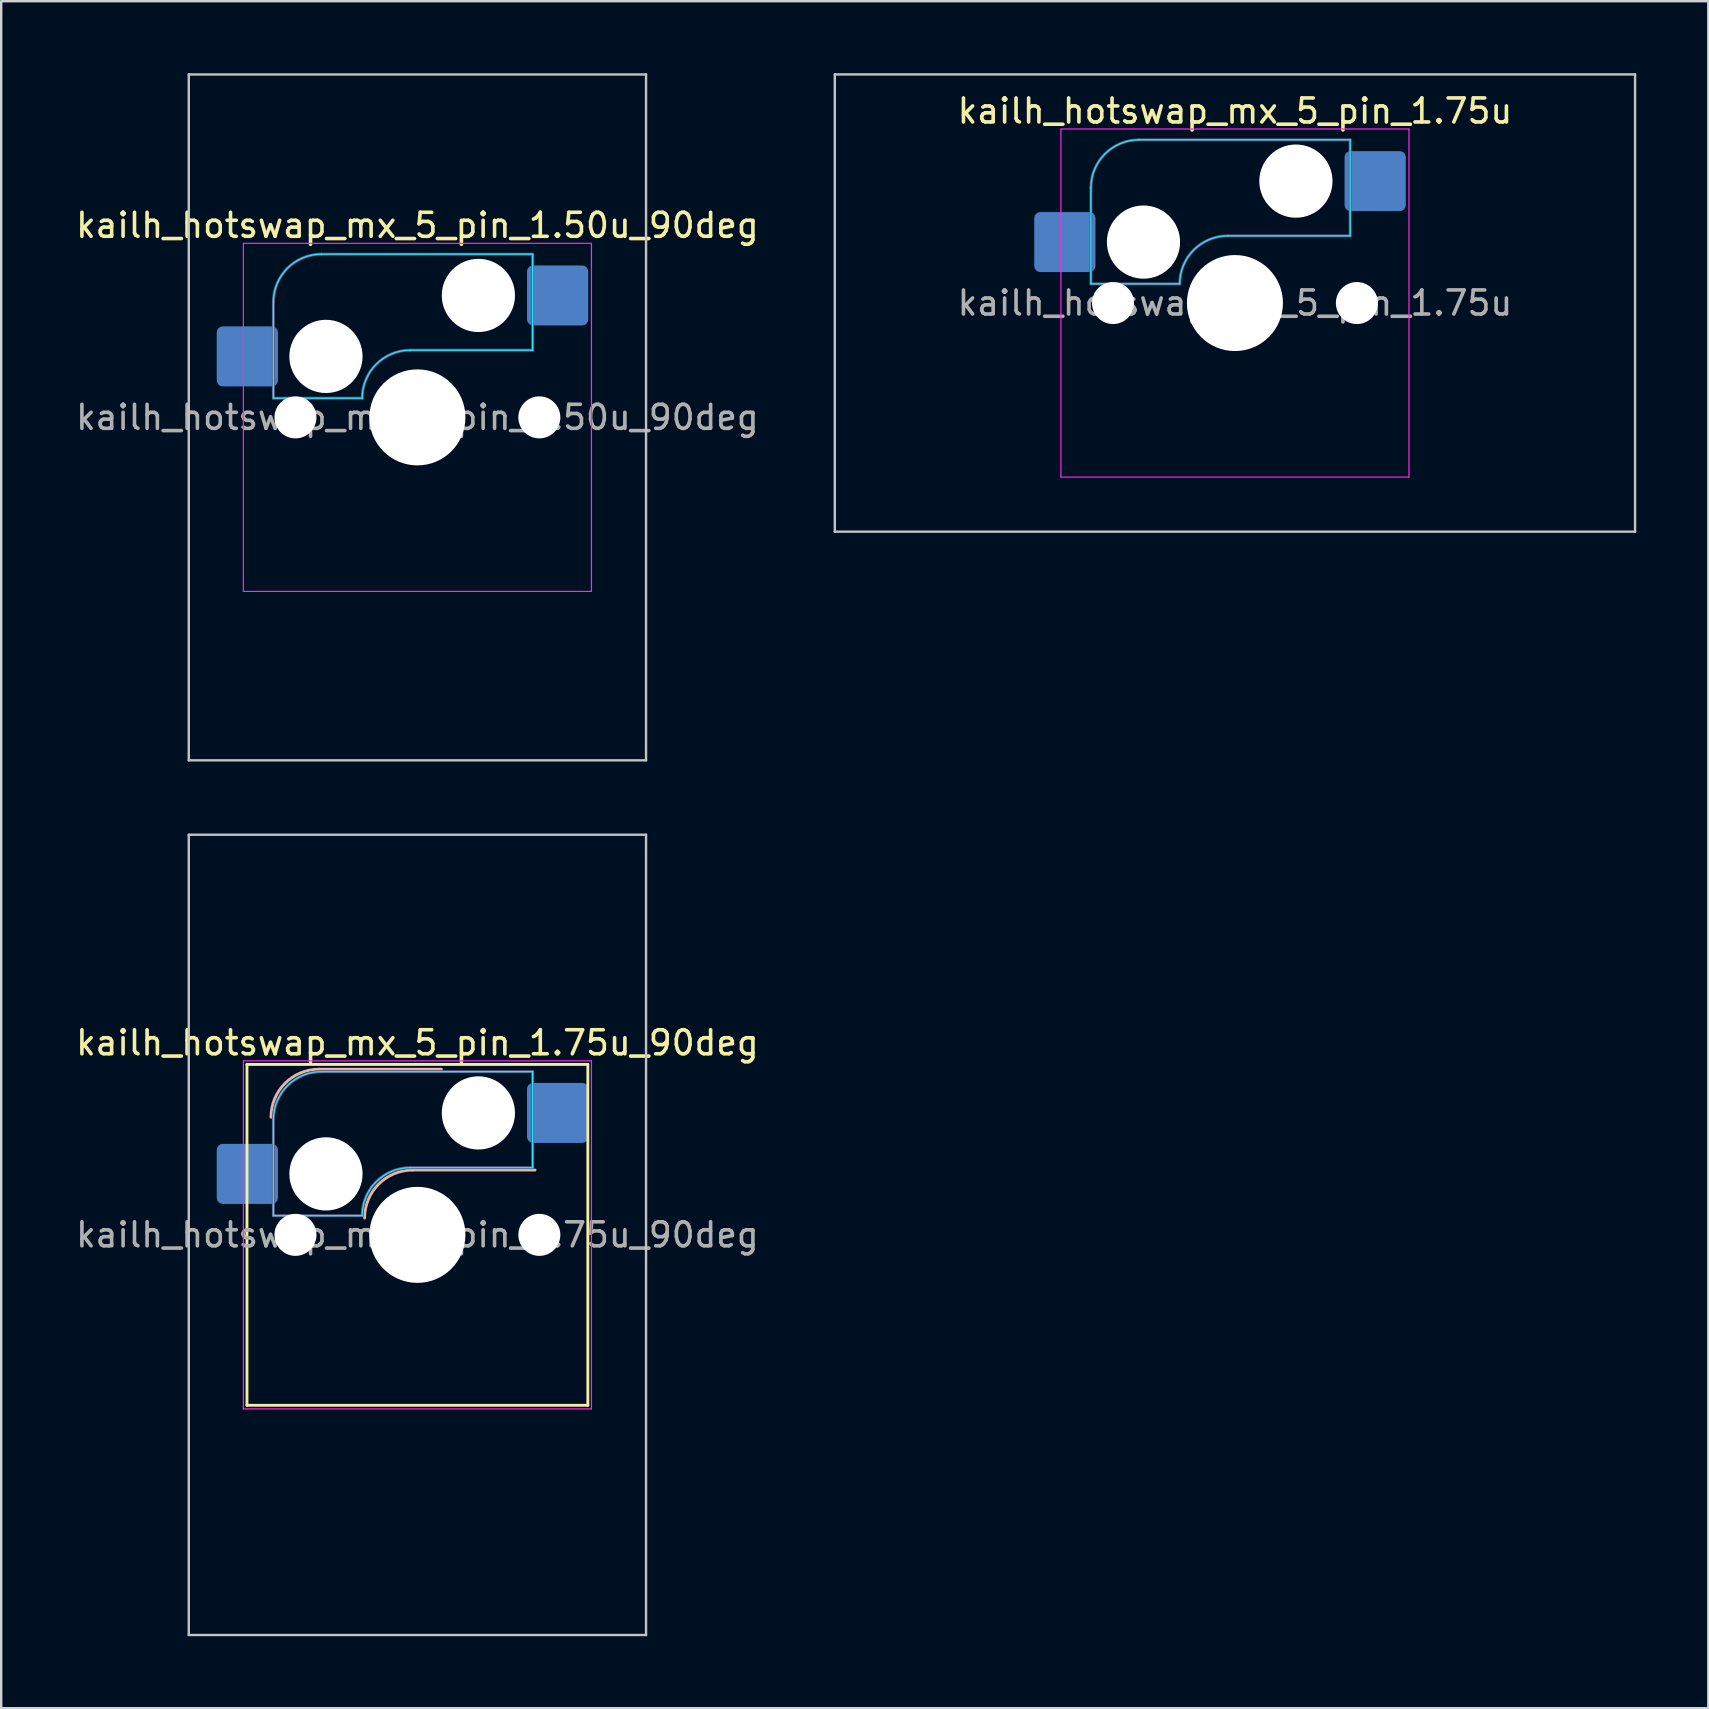
<source format=kicad_pcb>
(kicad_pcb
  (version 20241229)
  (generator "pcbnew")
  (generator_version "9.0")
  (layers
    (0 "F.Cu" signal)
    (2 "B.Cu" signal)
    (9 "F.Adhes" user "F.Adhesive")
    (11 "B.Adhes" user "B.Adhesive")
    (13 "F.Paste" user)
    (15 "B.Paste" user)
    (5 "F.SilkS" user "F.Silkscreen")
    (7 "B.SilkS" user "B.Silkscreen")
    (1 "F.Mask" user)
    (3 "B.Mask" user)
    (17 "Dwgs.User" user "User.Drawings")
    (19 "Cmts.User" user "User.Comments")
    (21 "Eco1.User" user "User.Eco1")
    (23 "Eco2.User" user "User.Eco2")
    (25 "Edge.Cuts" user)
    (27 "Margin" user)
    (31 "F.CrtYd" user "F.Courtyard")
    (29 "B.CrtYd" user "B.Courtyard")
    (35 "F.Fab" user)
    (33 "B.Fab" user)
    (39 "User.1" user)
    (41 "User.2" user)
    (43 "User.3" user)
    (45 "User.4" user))
  (footprint "kailh_hotswap_mx_5_pin_1.75u_90deg"
    (layer "F.Cu")
    (at 14.339 48.394)
    (property "Reference" "kailh_hotswap_mx_5_pin_1.75u_90deg" (at 0 -8 0) (layer "F.SilkS") (effects (font (size 1 1) (thickness 0.15))))
    (attr smd)
    (fp_line (start -7.1 -7.1) (end -7.1 7.1) (stroke (width 0.12) (type solid)) (layer "F.SilkS"))
    (fp_line (start -7.1 7.1) (end 7.1 7.1) (stroke (width 0.12) (type solid)) (layer "F.SilkS"))
    (fp_line (start 7.1 -7.1) (end -7.1 -7.1) (stroke (width 0.12) (type solid)) (layer "F.SilkS"))
    (fp_line (start 7.1 7.1) (end 7.1 -7.1) (stroke (width 0.12) (type solid)) (layer "F.SilkS"))
    (fp_line (start -4.1 -6.9) (end 1 -6.9) (stroke (width 0.12) (type solid)) (layer "B.SilkS"))
    (fp_line (start -0.2 -2.7) (end 4.9 -2.7) (stroke (width 0.12) (type solid)) (layer "B.SilkS"))
    (fp_arc (start -6.1 -4.9) (mid -5.514214 -6.314214) (end -4.1 -6.9) (stroke (width 0.12) (type solid)) (layer "B.SilkS"))
    (fp_arc (start -2.2 -0.7) (mid -1.614214 -2.114214) (end -0.2 -2.7) (stroke (width 0.12) (type solid)) (layer "B.SilkS"))
    (fp_line (start -9.525 -16.669) (end 9.525 -16.669) (stroke (width 0.1) (type solid)) (layer "Dwgs.User"))
    (fp_line (start -9.525 16.669) (end -9.525 -16.669) (stroke (width 0.1) (type solid)) (layer "Dwgs.User"))
    (fp_line (start 9.525 -16.669) (end 9.525 16.669) (stroke (width 0.1) (type solid)) (layer "Dwgs.User"))
    (fp_line (start 9.525 16.669) (end -9.525 16.669) (stroke (width 0.1) (type solid)) (layer "Dwgs.User"))
    (fp_line (start -6 -0.8) (end -6 -4.8) (stroke (width 0.05) (type solid)) (layer "B.CrtYd"))
    (fp_line (start -6 -0.8) (end -2.3 -0.8) (stroke (width 0.05) (type solid)) (layer "B.CrtYd"))
    (fp_line (start -4 -6.8) (end 4.8 -6.8) (stroke (width 0.05) (type solid)) (layer "B.CrtYd"))
    (fp_line (start -0.3 -2.8) (end 4.8 -2.8) (stroke (width 0.05) (type solid)) (layer "B.CrtYd"))
    (fp_line (start 4.8 -6.8) (end 4.8 -2.8) (stroke (width 0.05) (type solid)) (layer "B.CrtYd"))
    (fp_arc (start -6 -4.8) (mid -5.414214 -6.214214) (end -4 -6.8) (stroke (width 0.05) (type solid)) (layer "B.CrtYd"))
    (fp_arc (start -2.3 -0.8) (mid -1.714214 -2.214214) (end -0.3 -2.8) (stroke (width 0.05) (type solid)) (layer "B.CrtYd"))
    (fp_line (start -7.25 -7.25) (end -7.25 7.25) (stroke (width 0.05) (type solid)) (layer "F.CrtYd"))
    (fp_line (start -7.25 7.25) (end 7.25 7.25) (stroke (width 0.05) (type solid)) (layer "F.CrtYd"))
    (fp_line (start 7.25 -7.25) (end -7.25 -7.25) (stroke (width 0.05) (type solid)) (layer "F.CrtYd"))
    (fp_line (start 7.25 7.25) (end 7.25 -7.25) (stroke (width 0.05) (type solid)) (layer "F.CrtYd"))
    (fp_line (start -6 -0.8) (end -6 -4.8) (stroke (width 0.12) (type solid)) (layer "B.Fab"))
    (fp_line (start -6 -0.8) (end -2.3 -0.8) (stroke (width 0.12) (type solid)) (layer "B.Fab"))
    (fp_line (start -4 -6.8) (end 4.8 -6.8) (stroke (width 0.12) (type solid)) (layer "B.Fab"))
    (fp_line (start -0.3 -2.8) (end 4.8 -2.8) (stroke (width 0.12) (type solid)) (layer "B.Fab"))
    (fp_line (start 4.8 -6.8) (end 4.8 -2.8) (stroke (width 0.12) (type solid)) (layer "B.Fab"))
    (fp_arc (start -6 -4.8) (mid -5.414214 -6.214214) (end -4 -6.8) (stroke (width 0.12) (type solid)) (layer "B.Fab"))
    (fp_arc (start -2.3 -0.8) (mid -1.714214 -2.214214) (end -0.3 -2.8) (stroke (width 0.12) (type solid)) (layer "B.Fab"))
    (fp_text user "${REFERENCE}" (at 0 0 0) (layer "F.Fab") (effects (font (size 1 1) (thickness 0.15))))
    (pad "" np_thru_hole circle (at -5.08 0) (size 1.75 1.75) (drill 1.75) (layers "*.Cu" "*.Mask"))
    (pad "" np_thru_hole circle (at -3.81 -2.54) (size 3.05 3.05) (drill 3.05) (layers "*.Cu" "*.Mask"))
    (pad "" np_thru_hole circle (at 0 0) (size 4 4) (drill 4) (layers "*.Cu" "*.Mask"))
    (pad "" np_thru_hole circle (at 2.54 -5.08) (size 3.05 3.05) (drill 3.05) (layers "*.Cu" "*.Mask"))
    (pad "" np_thru_hole circle (at 5.08 0) (size 1.75 1.75) (drill 1.75) (layers "*.Cu" "*.Mask"))
    (pad "1" smd roundrect (at -7.085 -2.54) (size 2.55 2.5) (layers "B.Cu" "B.Mask" "B.Paste") (roundrect_rratio 0.1))
    (pad "2" smd roundrect (at 5.842 -5.08) (size 2.55 2.5) (layers "B.Cu" "B.Mask" "B.Paste") (roundrect_rratio 0.1)))
  (footprint "kailh_hotswap_mx_5_pin_1.50u_90deg"
    (layer "F.Cu")
    (at 14.339 14.338)
    (property "Reference" "kailh_hotswap_mx_5_pin_1.50u_90deg" (at 0 -8 0) (layer "F.SilkS") (effects (font (size 1 1) (thickness 0.15))))
    (attr smd)
    (fp_line (start -9.525 -14.287) (end 9.525 -14.287) (stroke (width 0.1) (type solid)) (layer "Dwgs.User"))
    (fp_line (start -9.525 14.287) (end -9.525 -14.287) (stroke (width 0.1) (type solid)) (layer "Dwgs.User"))
    (fp_line (start 9.525 -14.287) (end 9.525 14.287) (stroke (width 0.1) (type solid)) (layer "Dwgs.User"))
    (fp_line (start 9.525 14.287) (end -9.525 14.287) (stroke (width 0.1) (type solid)) (layer "Dwgs.User"))
    (fp_line (start -7 -6.5) (end -7 6.491) (stroke (width 0.1) (type solid)) (layer "Eco2.User"))
    (fp_line (start -6.5 -7) (end 6.5 -7) (stroke (width 0.1) (type solid)) (layer "Eco2.User"))
    (fp_line (start -6.5 6.991) (end 6.5 7) (stroke (width 0.1) (type solid)) (layer "Eco2.User"))
    (fp_line (start 7 -6.5) (end 7 6.5) (stroke (width 0.1) (type solid)) (layer "Eco2.User"))
    (fp_arc (start -7 -6.5) (mid -6.853553 -6.853553) (end -6.5 -7) (stroke (width 0.1) (type solid)) (layer "Eco2.User"))
    (fp_arc (start -6.5 6.990924) (mid -6.853553 6.844477) (end -7 6.490924) (stroke (width 0.1) (type solid)) (layer "Eco2.User"))
    (fp_arc (start 6.5 -7) (mid 6.853553 -6.853553) (end 7 -6.5) (stroke (width 0.1) (type solid)) (layer "Eco2.User"))
    (fp_arc (start 7 6.5) (mid 6.853553 6.853553) (end 6.5 7) (stroke (width 0.1) (type solid)) (layer "Eco2.User"))
    (fp_line (start -6 -0.8) (end -6 -4.8) (stroke (width 0.05) (type solid)) (layer "B.CrtYd"))
    (fp_line (start -6 -0.8) (end -2.3 -0.8) (stroke (width 0.05) (type solid)) (layer "B.CrtYd"))
    (fp_line (start -4 -6.8) (end 4.8 -6.8) (stroke (width 0.05) (type solid)) (layer "B.CrtYd"))
    (fp_line (start -0.3 -2.8) (end 4.8 -2.8) (stroke (width 0.05) (type solid)) (layer "B.CrtYd"))
    (fp_line (start 4.8 -6.8) (end 4.8 -2.8) (stroke (width 0.05) (type solid)) (layer "B.CrtYd"))
    (fp_arc (start -6 -4.8) (mid -5.414214 -6.214214) (end -4 -6.8) (stroke (width 0.05) (type solid)) (layer "B.CrtYd"))
    (fp_arc (start -2.3 -0.8) (mid -1.714214 -2.214214) (end -0.3 -2.8) (stroke (width 0.05) (type solid)) (layer "B.CrtYd"))
    (fp_line (start -7.25 -7.25) (end -7.25 7.25) (stroke (width 0.05) (type solid)) (layer "F.CrtYd"))
    (fp_line (start -7.25 7.25) (end 7.25 7.25) (stroke (width 0.05) (type solid)) (layer "F.CrtYd"))
    (fp_line (start 7.25 -7.25) (end -7.25 -7.25) (stroke (width 0.05) (type solid)) (layer "F.CrtYd"))
    (fp_line (start 7.25 7.25) (end 7.25 -7.25) (stroke (width 0.05) (type solid)) (layer "F.CrtYd"))
    (fp_line (start -6 -0.8) (end -6 -4.8) (stroke (width 0.12) (type solid)) (layer "B.Fab"))
    (fp_line (start -6 -0.8) (end -2.3 -0.8) (stroke (width 0.12) (type solid)) (layer "B.Fab"))
    (fp_line (start -4 -6.8) (end 4.8 -6.8) (stroke (width 0.12) (type solid)) (layer "B.Fab"))
    (fp_line (start -0.3 -2.8) (end 4.8 -2.8) (stroke (width 0.12) (type solid)) (layer "B.Fab"))
    (fp_line (start 4.8 -6.8) (end 4.8 -2.8) (stroke (width 0.12) (type solid)) (layer "B.Fab"))
    (fp_arc (start -6 -4.8) (mid -5.414214 -6.214214) (end -4 -6.8) (stroke (width 0.12) (type solid)) (layer "B.Fab"))
    (fp_arc (start -2.3 -0.8) (mid -1.714214 -2.214214) (end -0.3 -2.8) (stroke (width 0.12) (type solid)) (layer "B.Fab"))
    (fp_text user "${REFERENCE}" (at 0 0 0) (layer "F.Fab") (effects (font (size 1 1) (thickness 0.15))))
    (pad "" np_thru_hole circle (at -5.08 0) (size 1.75 1.75) (drill 1.75) (layers "*.Cu" "*.Mask"))
    (pad "" np_thru_hole circle (at -3.81 -2.54) (size 3.05 3.05) (drill 3.05) (layers "*.Cu" "*.Mask"))
    (pad "" np_thru_hole circle (at 0 0) (size 4 4) (drill 4) (layers "*.Cu" "*.Mask"))
    (pad "" np_thru_hole circle (at 2.54 -5.08) (size 3.05 3.05) (drill 3.05) (layers "*.Cu" "*.Mask"))
    (pad "" np_thru_hole circle (at 5.08 0) (size 1.75 1.75) (drill 1.75) (layers "*.Cu" "*.Mask"))
    (pad "1" smd roundrect (at -7.085 -2.54) (size 2.55 2.5) (layers "B.Cu" "B.Mask" "B.Paste") (roundrect_rratio 0.1))
    (pad "2" smd roundrect (at 5.842 -5.08) (size 2.55 2.5) (layers "B.Cu" "B.Mask" "B.Paste") (roundrect_rratio 0.1)))
  (footprint "kailh_hotswap_mx_5_pin_1.75u"
    (layer "F.Cu")
    (at 48.397 9.575)
    (property "Reference" "kailh_hotswap_mx_5_pin_1.75u" (at 0 -8 0) (layer "F.SilkS") (effects (font (size 1 1) (thickness 0.15))))
    (attr smd)
    (fp_line (start -16.669 -9.525) (end -16.669 9.525) (stroke (width 0.1) (type solid)) (layer "Dwgs.User"))
    (fp_line (start -16.669 9.525) (end 16.669 9.525) (stroke (width 0.1) (type solid)) (layer "Dwgs.User"))
    (fp_line (start 16.669 -9.525) (end -16.669 -9.525) (stroke (width 0.1) (type solid)) (layer "Dwgs.User"))
    (fp_line (start 16.669 9.525) (end 16.669 -9.525) (stroke (width 0.1) (type solid)) (layer "Dwgs.User"))
    (fp_line (start -7 -6.5) (end -7 6.491) (stroke (width 0.1) (type solid)) (layer "Eco2.User"))
    (fp_line (start -6.5 -7) (end 6.5 -7) (stroke (width 0.1) (type solid)) (layer "Eco2.User"))
    (fp_line (start -6.5 6.991) (end 6.5 7) (stroke (width 0.1) (type solid)) (layer "Eco2.User"))
    (fp_line (start 7 -6.5) (end 7 6.5) (stroke (width 0.1) (type solid)) (layer "Eco2.User"))
    (fp_arc (start -7 -6.5) (mid -6.853553 -6.853553) (end -6.5 -7) (stroke (width 0.1) (type solid)) (layer "Eco2.User"))
    (fp_arc (start -6.5 6.990924) (mid -6.853553 6.844477) (end -7 6.490924) (stroke (width 0.1) (type solid)) (layer "Eco2.User"))
    (fp_arc (start 6.5 -7) (mid 6.853553 -6.853553) (end 7 -6.5) (stroke (width 0.1) (type solid)) (layer "Eco2.User"))
    (fp_arc (start 7 6.5) (mid 6.853553 6.853553) (end 6.5 7) (stroke (width 0.1) (type solid)) (layer "Eco2.User"))
    (fp_line (start -6 -0.8) (end -6 -4.8) (stroke (width 0.05) (type solid)) (layer "B.CrtYd"))
    (fp_line (start -6 -0.8) (end -2.3 -0.8) (stroke (width 0.05) (type solid)) (layer "B.CrtYd"))
    (fp_line (start -4 -6.8) (end 4.8 -6.8) (stroke (width 0.05) (type solid)) (layer "B.CrtYd"))
    (fp_line (start -0.3 -2.8) (end 4.8 -2.8) (stroke (width 0.05) (type solid)) (layer "B.CrtYd"))
    (fp_line (start 4.8 -6.8) (end 4.8 -2.8) (stroke (width 0.05) (type solid)) (layer "B.CrtYd"))
    (fp_arc (start -6 -4.8) (mid -5.414214 -6.214214) (end -4 -6.8) (stroke (width 0.05) (type solid)) (layer "B.CrtYd"))
    (fp_arc (start -2.3 -0.8) (mid -1.714214 -2.214214) (end -0.3 -2.8) (stroke (width 0.05) (type solid)) (layer "B.CrtYd"))
    (fp_line (start -7.25 -7.25) (end -7.25 7.25) (stroke (width 0.05) (type solid)) (layer "F.CrtYd"))
    (fp_line (start -7.25 7.25) (end 7.25 7.25) (stroke (width 0.05) (type solid)) (layer "F.CrtYd"))
    (fp_line (start 7.25 -7.25) (end -7.25 -7.25) (stroke (width 0.05) (type solid)) (layer "F.CrtYd"))
    (fp_line (start 7.25 7.25) (end 7.25 -7.25) (stroke (width 0.05) (type solid)) (layer "F.CrtYd"))
    (fp_line (start -6 -0.8) (end -6 -4.8) (stroke (width 0.12) (type solid)) (layer "B.Fab"))
    (fp_line (start -6 -0.8) (end -2.3 -0.8) (stroke (width 0.12) (type solid)) (layer "B.Fab"))
    (fp_line (start -4 -6.8) (end 4.8 -6.8) (stroke (width 0.12) (type solid)) (layer "B.Fab"))
    (fp_line (start -0.3 -2.8) (end 4.8 -2.8) (stroke (width 0.12) (type solid)) (layer "B.Fab"))
    (fp_line (start 4.8 -6.8) (end 4.8 -2.8) (stroke (width 0.12) (type solid)) (layer "B.Fab"))
    (fp_arc (start -6 -4.8) (mid -5.414214 -6.214214) (end -4 -6.8) (stroke (width 0.12) (type solid)) (layer "B.Fab"))
    (fp_arc (start -2.3 -0.8) (mid -1.714214 -2.214214) (end -0.3 -2.8) (stroke (width 0.12) (type solid)) (layer "B.Fab"))
    (fp_text user "${REFERENCE}" (at 0 0 0) (layer "F.Fab") (effects (font (size 1 1) (thickness 0.15))))
    (pad "" np_thru_hole circle (at -5.08 0) (size 1.75 1.75) (drill 1.75) (layers "*.Cu" "*.Mask"))
    (pad "" np_thru_hole circle (at -3.81 -2.54) (size 3.05 3.05) (drill 3.05) (layers "*.Cu" "*.Mask"))
    (pad "" np_thru_hole circle (at 0 0) (size 4 4) (drill 4) (layers "*.Cu" "*.Mask"))
    (pad "" np_thru_hole circle (at 2.54 -5.08) (size 3.05 3.05) (drill 3.05) (layers "*.Cu" "*.Mask"))
    (pad "" np_thru_hole circle (at 5.08 0) (size 1.75 1.75) (drill 1.75) (layers "*.Cu" "*.Mask"))
    (pad "1" smd roundrect (at -7.085 -2.54) (size 2.55 2.5) (layers "B.Cu" "B.Mask" "B.Paste") (roundrect_rratio 0.1))
    (pad "2" smd roundrect (at 5.842 -5.08) (size 2.55 2.5) (layers "B.Cu" "B.Mask" "B.Paste") (roundrect_rratio 0.1)))
  (gr_rect
    (start -3 -3)
    (end 68.116 68.112)
    (stroke (width 0.1) (type default))
    (fill no)
    (layer "Edge.Cuts")))
</source>
